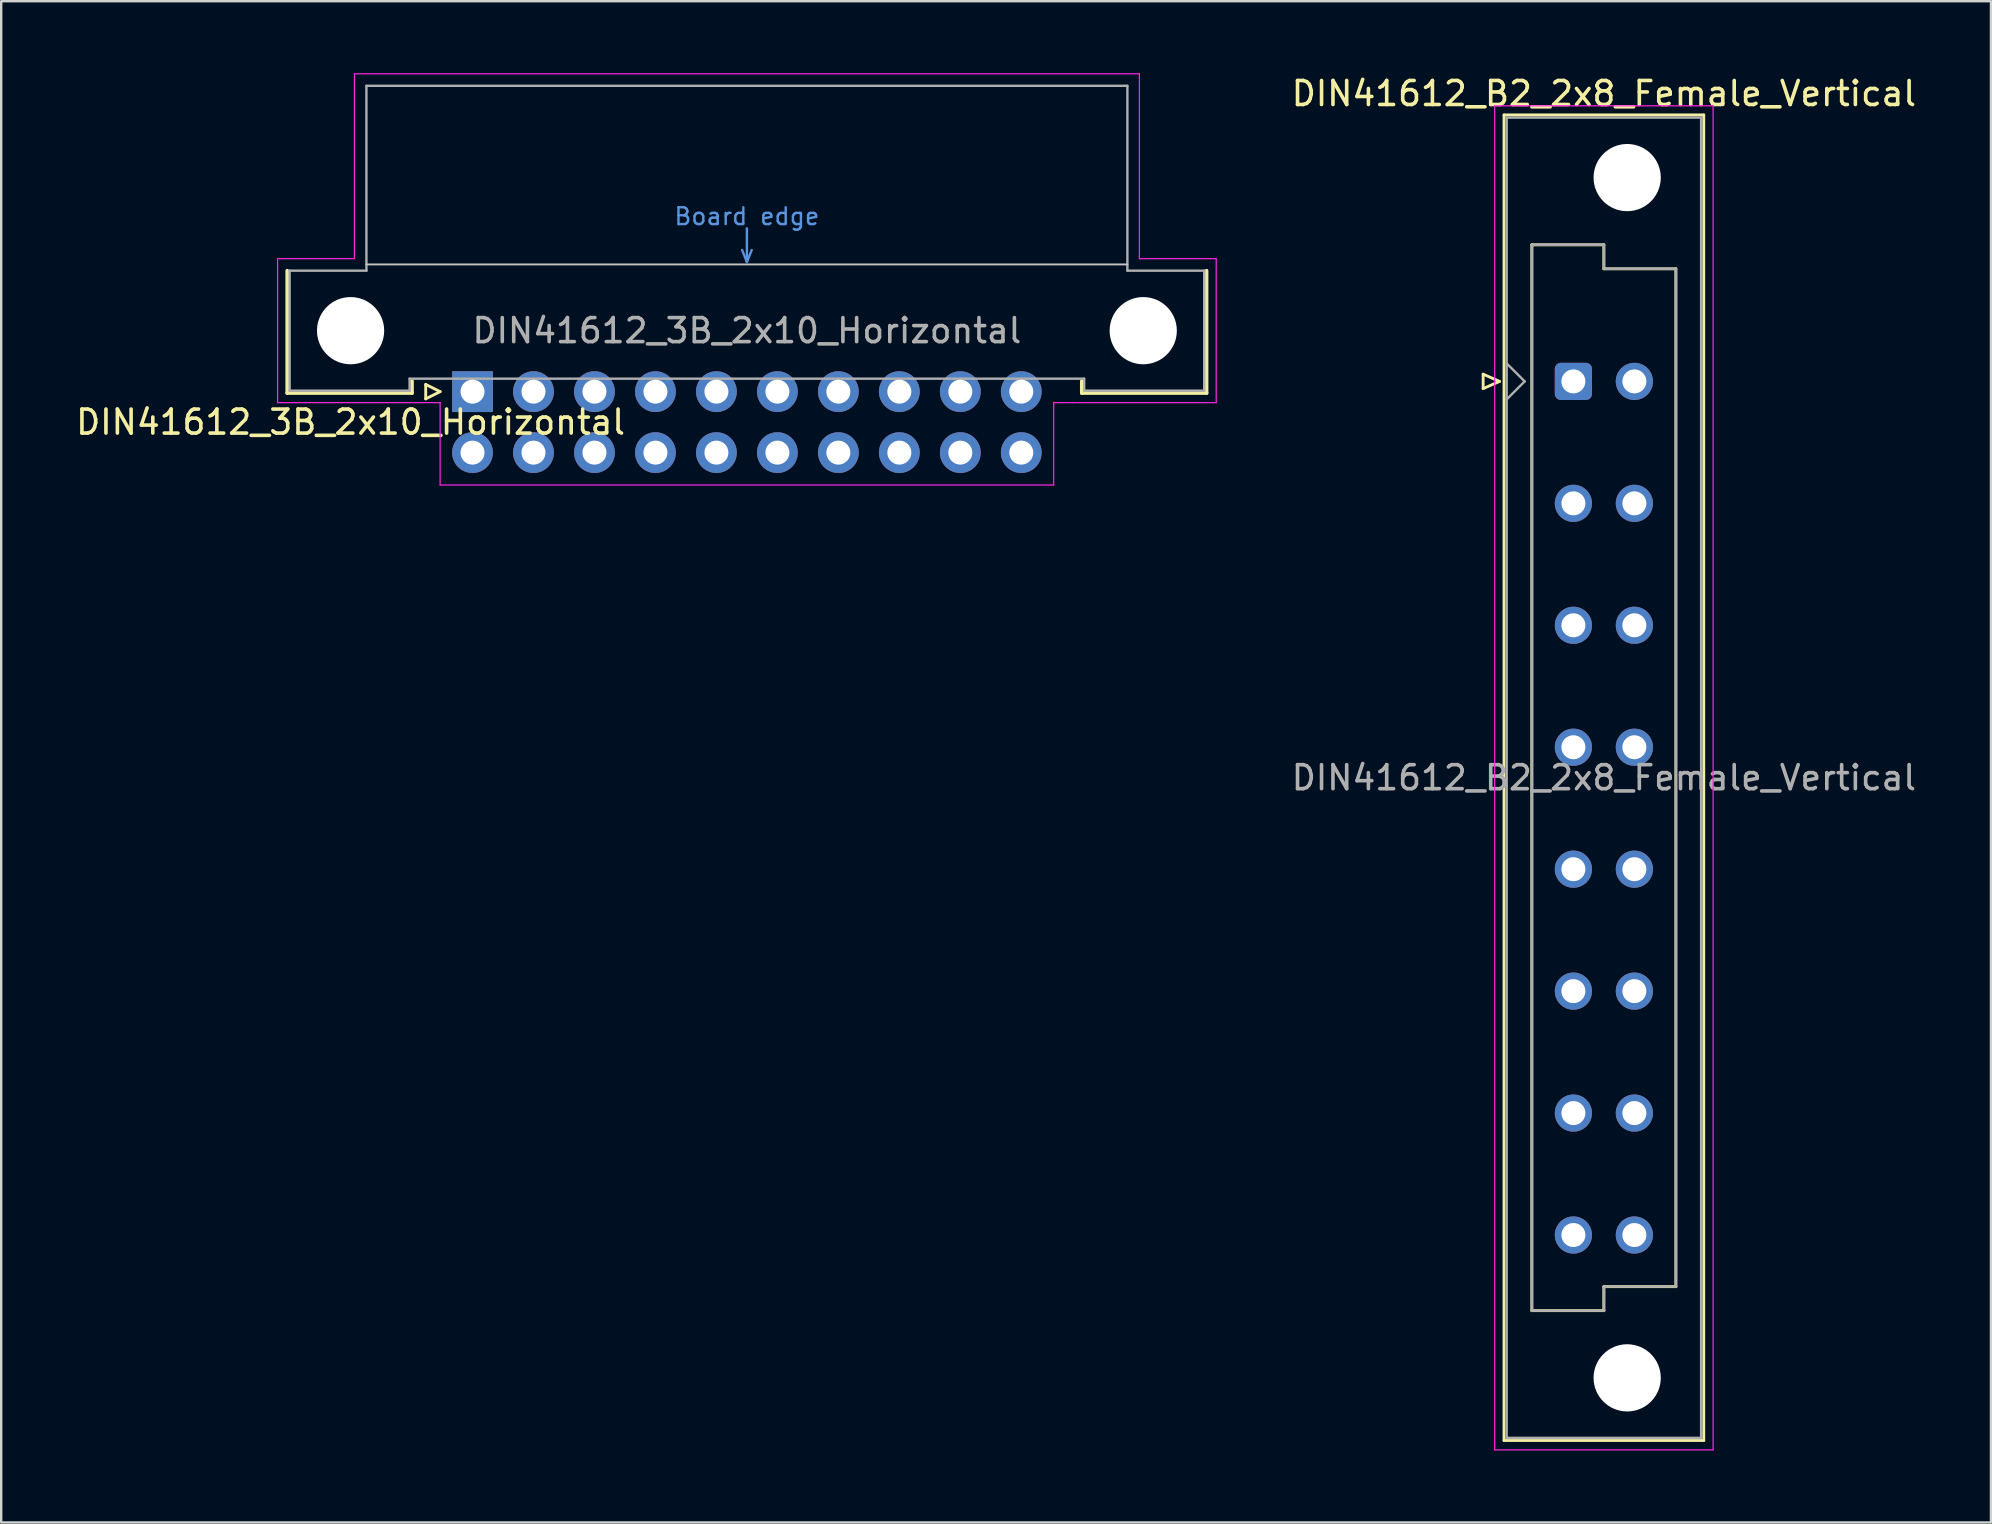
<source format=kicad_pcb>
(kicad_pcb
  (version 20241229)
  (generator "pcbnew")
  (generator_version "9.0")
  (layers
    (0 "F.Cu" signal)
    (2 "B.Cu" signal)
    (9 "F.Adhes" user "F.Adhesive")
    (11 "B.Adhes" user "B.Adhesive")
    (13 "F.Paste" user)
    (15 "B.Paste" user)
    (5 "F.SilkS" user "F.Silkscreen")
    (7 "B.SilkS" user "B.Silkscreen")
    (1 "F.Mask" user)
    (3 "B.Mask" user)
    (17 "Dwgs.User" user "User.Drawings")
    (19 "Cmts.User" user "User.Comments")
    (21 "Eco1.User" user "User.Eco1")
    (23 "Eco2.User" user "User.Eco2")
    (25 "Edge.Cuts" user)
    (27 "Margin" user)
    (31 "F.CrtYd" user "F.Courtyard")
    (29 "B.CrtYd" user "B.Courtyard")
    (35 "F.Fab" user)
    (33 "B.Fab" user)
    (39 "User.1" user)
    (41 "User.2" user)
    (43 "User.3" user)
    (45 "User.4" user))
  (footprint "DIN41612_B2_2x8_Female_Vertical"
    (layer "F.Cu")
    (at 62.494 10.298)
    (property "Reference" "DIN41612_B2_2x8_Female_Vertical" (at 1.27 -9.45 0) (layer "F.SilkS") (effects (font (size 1 1) (thickness 0.15))))
    (attr through_hole)
    (fp_line (start -3.76 2.24) (end -3.76 2.84) (stroke (width 0.12) (type solid)) (layer "F.SilkS"))
    (fp_line (start -3.76 2.84) (end -3.08 2.54) (stroke (width 0.12) (type solid)) (layer "F.SilkS"))
    (fp_line (start -3.08 2.54) (end -3.76 2.24) (stroke (width 0.12) (type solid)) (layer "F.SilkS"))
    (fp_line (start -2.89 -8.56) (end 5.43 -8.56) (stroke (width 0.12) (type solid)) (layer "F.SilkS"))
    (fp_line (start -2.89 46.66) (end -2.89 -8.56) (stroke (width 0.12) (type solid)) (layer "F.SilkS"))
    (fp_line (start -1.73 -3.15) (end 1.27 -3.15) (stroke (width 0.12) (type solid)) (layer "F.SilkS"))
    (fp_line (start -1.73 41.25) (end -1.73 -3.15) (stroke (width 0.12) (type solid)) (layer "F.SilkS"))
    (fp_line (start 1.27 -3.15) (end 1.27 -2.15) (stroke (width 0.12) (type solid)) (layer "F.SilkS"))
    (fp_line (start 1.27 -2.15) (end 4.27 -2.15) (stroke (width 0.12) (type solid)) (layer "F.SilkS"))
    (fp_line (start 1.27 40.25) (end 1.27 41.25) (stroke (width 0.12) (type solid)) (layer "F.SilkS"))
    (fp_line (start 1.27 41.25) (end -1.73 41.25) (stroke (width 0.12) (type solid)) (layer "F.SilkS"))
    (fp_line (start 4.27 -2.15) (end 4.27 40.25) (stroke (width 0.12) (type solid)) (layer "F.SilkS"))
    (fp_line (start 4.27 40.25) (end 1.27 40.25) (stroke (width 0.12) (type solid)) (layer "F.SilkS"))
    (fp_line (start 5.43 -8.56) (end 5.43 46.66) (stroke (width 0.12) (type solid)) (layer "F.SilkS"))
    (fp_line (start 5.43 46.66) (end -2.89 46.66) (stroke (width 0.12) (type solid)) (layer "F.SilkS"))
    (fp_line (start -3.28 -8.94) (end 5.82 -8.94) (stroke (width 0.05) (type solid)) (layer "F.CrtYd"))
    (fp_line (start -3.28 47.05) (end -3.28 -8.94) (stroke (width 0.05) (type solid)) (layer "F.CrtYd"))
    (fp_line (start 5.82 -8.94) (end 5.82 47.05) (stroke (width 0.05) (type solid)) (layer "F.CrtYd"))
    (fp_line (start 5.82 47.05) (end -3.28 47.05) (stroke (width 0.05) (type solid)) (layer "F.CrtYd"))
    (fp_line (start -2.78 -8.45) (end 5.32 -8.45) (stroke (width 0.1) (type solid)) (layer "F.Fab"))
    (fp_line (start -2.78 1.79) (end -2.03 2.54) (stroke (width 0.1) (type solid)) (layer "F.Fab"))
    (fp_line (start -2.78 46.55) (end -2.78 -8.45) (stroke (width 0.1) (type solid)) (layer "F.Fab"))
    (fp_line (start -2.03 2.54) (end -2.78 3.29) (stroke (width 0.1) (type solid)) (layer "F.Fab"))
    (fp_line (start -1.73 -3.15) (end 1.27 -3.15) (stroke (width 0.1) (type solid)) (layer "F.Fab"))
    (fp_line (start -1.73 41.25) (end -1.73 -3.15) (stroke (width 0.1) (type solid)) (layer "F.Fab"))
    (fp_line (start 1.27 -3.15) (end 1.27 -2.15) (stroke (width 0.1) (type solid)) (layer "F.Fab"))
    (fp_line (start 1.27 -2.15) (end 4.27 -2.15) (stroke (width 0.1) (type solid)) (layer "F.Fab"))
    (fp_line (start 1.27 40.25) (end 1.27 41.25) (stroke (width 0.1) (type solid)) (layer "F.Fab"))
    (fp_line (start 1.27 41.25) (end -1.73 41.25) (stroke (width 0.1) (type solid)) (layer "F.Fab"))
    (fp_line (start 4.27 -2.15) (end 4.27 40.25) (stroke (width 0.1) (type solid)) (layer "F.Fab"))
    (fp_line (start 4.27 40.25) (end 1.27 40.25) (stroke (width 0.1) (type solid)) (layer "F.Fab"))
    (fp_line (start 5.32 -8.45) (end 5.32 46.55) (stroke (width 0.1) (type solid)) (layer "F.Fab"))
    (fp_line (start 5.32 46.55) (end -2.78 46.55) (stroke (width 0.1) (type solid)) (layer "F.Fab"))
    (fp_text user "${REFERENCE}" (at 1.27 19.05 0) (layer "F.Fab") (effects (font (size 1 1) (thickness 0.15))))
    (pad "" np_thru_hole circle (at 2.24 -5.95) (size 2.8 2.8) (drill 2.8) (layers "*.Cu" "*.Mask"))
    (pad "" np_thru_hole circle (at 2.24 44.05) (size 2.8 2.8) (drill 2.8) (layers "*.Cu" "*.Mask"))
    (pad "a2" thru_hole roundrect (at 0 2.54) (size 1.55 1.55) (drill 1) (layers "*.Cu" "*.Mask") (roundrect_rratio 0.161))
    (pad "a4" thru_hole circle (at 0 7.62) (size 1.55 1.55) (drill 1) (layers "*.Cu" "*.Mask"))
    (pad "a6" thru_hole circle (at 0 12.7) (size 1.55 1.55) (drill 1) (layers "*.Cu" "*.Mask"))
    (pad "a8" thru_hole circle (at 0 17.78) (size 1.55 1.55) (drill 1) (layers "*.Cu" "*.Mask"))
    (pad "a10" thru_hole circle (at 0 22.86) (size 1.55 1.55) (drill 1) (layers "*.Cu" "*.Mask"))
    (pad "a12" thru_hole circle (at 0 27.94) (size 1.55 1.55) (drill 1) (layers "*.Cu" "*.Mask"))
    (pad "a14" thru_hole circle (at 0 33.02) (size 1.55 1.55) (drill 1) (layers "*.Cu" "*.Mask"))
    (pad "a16" thru_hole circle (at 0 38.1) (size 1.55 1.55) (drill 1) (layers "*.Cu" "*.Mask"))
    (pad "b2" thru_hole circle (at 2.54 2.54) (size 1.55 1.55) (drill 1) (layers "*.Cu" "*.Mask"))
    (pad "b4" thru_hole circle (at 2.54 7.62) (size 1.55 1.55) (drill 1) (layers "*.Cu" "*.Mask"))
    (pad "b6" thru_hole circle (at 2.54 12.7) (size 1.55 1.55) (drill 1) (layers "*.Cu" "*.Mask"))
    (pad "b8" thru_hole circle (at 2.54 17.78) (size 1.55 1.55) (drill 1) (layers "*.Cu" "*.Mask"))
    (pad "b10" thru_hole circle (at 2.54 22.86) (size 1.55 1.55) (drill 1) (layers "*.Cu" "*.Mask"))
    (pad "b12" thru_hole circle (at 2.54 27.94) (size 1.55 1.55) (drill 1) (layers "*.Cu" "*.Mask"))
    (pad "b14" thru_hole circle (at 2.54 33.02) (size 1.55 1.55) (drill 1) (layers "*.Cu" "*.Mask"))
    (pad "b16" thru_hole circle (at 2.54 38.1) (size 1.55 1.55) (drill 1) (layers "*.Cu" "*.Mask")))
  (footprint "DIN41612_3B_2x10_Horizontal"
    (layer "F.Cu")
    (at 16.634 13.265)
    (property "Reference" "DIN41612_3B_2x10_Horizontal" (at -5.08 1.27 0) (layer "F.SilkS") (effects (font (size 1 1) (thickness 0.15))))
    (attr through_hole)
    (fp_line (start -7.72 0.06) (end -7.72 -5.04) (stroke (width 0.15) (type solid)) (layer "F.SilkS"))
    (fp_line (start -2.52 -0.44) (end -2.52 0.06) (stroke (width 0.15) (type solid)) (layer "F.SilkS"))
    (fp_line (start -2.52 0.06) (end -7.72 0.06) (stroke (width 0.15) (type solid)) (layer "F.SilkS"))
    (fp_line (start -1.95 -0.3) (end -1.95 0.3) (stroke (width 0.12) (type solid)) (layer "F.SilkS"))
    (fp_line (start -1.95 0.3) (end -1.35 0) (stroke (width 0.12) (type solid)) (layer "F.SilkS"))
    (fp_line (start -1.35 0) (end -1.95 -0.3) (stroke (width 0.12) (type solid)) (layer "F.SilkS"))
    (fp_line (start 25.38 -0.44) (end 25.38 0.06) (stroke (width 0.15) (type solid)) (layer "F.SilkS"))
    (fp_line (start 25.38 0.06) (end 30.58 0.06) (stroke (width 0.15) (type solid)) (layer "F.SilkS"))
    (fp_line (start 30.58 0.06) (end 30.58 -5.04) (stroke (width 0.15) (type solid)) (layer "F.SilkS"))
    (fp_line (start -4.42 -5.3) (end 27.28 -5.3) (stroke (width 0.08) (type solid)) (layer "Dwgs.User"))
    (fp_line (start 11.23 -5.9) (end 11.43 -5.4) (stroke (width 0.1) (type solid)) (layer "Cmts.User"))
    (fp_line (start 11.43 -6.8) (end 11.43 -5.4) (stroke (width 0.1) (type solid)) (layer "Cmts.User"))
    (fp_line (start 11.43 -5.4) (end 11.63 -5.9) (stroke (width 0.1) (type solid)) (layer "Cmts.User"))
    (fp_line (start -8.12 -5.54) (end -4.92 -5.54) (stroke (width 0.05) (type solid)) (layer "F.CrtYd"))
    (fp_line (start -8.12 0.46) (end -8.12 -5.54) (stroke (width 0.05) (type solid)) (layer "F.CrtYd"))
    (fp_line (start -4.92 -13.24) (end 27.78 -13.24) (stroke (width 0.05) (type solid)) (layer "F.CrtYd"))
    (fp_line (start -4.92 -5.54) (end -4.92 -13.24) (stroke (width 0.05) (type solid)) (layer "F.CrtYd"))
    (fp_line (start -1.35 0.46) (end -8.12 0.46) (stroke (width 0.05) (type solid)) (layer "F.CrtYd"))
    (fp_line (start -1.35 3.89) (end -1.35 0.46) (stroke (width 0.05) (type solid)) (layer "F.CrtYd"))
    (fp_line (start 24.21 0.46) (end 24.21 3.89) (stroke (width 0.05) (type solid)) (layer "F.CrtYd"))
    (fp_line (start 24.21 3.89) (end -1.35 3.89) (stroke (width 0.05) (type solid)) (layer "F.CrtYd"))
    (fp_line (start 24.98 0.46) (end 24.21 0.46) (stroke (width 0.05) (type solid)) (layer "F.CrtYd"))
    (fp_line (start 27.78 -13.24) (end 27.78 -5.54) (stroke (width 0.05) (type solid)) (layer "F.CrtYd"))
    (fp_line (start 27.78 -5.54) (end 30.98 -5.54) (stroke (width 0.05) (type solid)) (layer "F.CrtYd"))
    (fp_line (start 30.98 -5.54) (end 30.98 0.46) (stroke (width 0.05) (type solid)) (layer "F.CrtYd"))
    (fp_line (start 30.98 0.46) (end 24.98 0.46) (stroke (width 0.05) (type solid)) (layer "F.CrtYd"))
    (fp_line (start -7.62 -5.04) (end -4.42 -5.04) (stroke (width 0.1) (type solid)) (layer "F.Fab"))
    (fp_line (start -7.62 -0.04) (end -7.62 -5.04) (stroke (width 0.1) (type solid)) (layer "F.Fab"))
    (fp_line (start -4.42 -12.74) (end 27.28 -12.74) (stroke (width 0.1) (type solid)) (layer "F.Fab"))
    (fp_line (start -4.42 -5.04) (end -4.42 -12.74) (stroke (width 0.1) (type solid)) (layer "F.Fab"))
    (fp_line (start -2.62 -0.54) (end -2.62 -0.04) (stroke (width 0.1) (type solid)) (layer "F.Fab"))
    (fp_line (start -2.62 -0.04) (end -7.62 -0.04) (stroke (width 0.1) (type solid)) (layer "F.Fab"))
    (fp_line (start 25.48 -0.54) (end -2.62 -0.54) (stroke (width 0.1) (type solid)) (layer "F.Fab"))
    (fp_line (start 25.48 -0.04) (end 25.48 -0.54) (stroke (width 0.1) (type solid)) (layer "F.Fab"))
    (fp_line (start 27.28 -12.74) (end 27.28 -5.04) (stroke (width 0.1) (type solid)) (layer "F.Fab"))
    (fp_line (start 27.28 -5.04) (end 30.48 -5.04) (stroke (width 0.1) (type solid)) (layer "F.Fab"))
    (fp_line (start 30.48 -5.04) (end 30.48 -0.04) (stroke (width 0.1) (type solid)) (layer "F.Fab"))
    (fp_line (start 30.48 -0.04) (end 25.48 -0.04) (stroke (width 0.1) (type solid)) (layer "F.Fab"))
    (fp_text user "Board edge" (at 11.43 -7.3 0) (layer "Cmts.User") (effects (font (size 0.7 0.7) (thickness 0.1))))
    (fp_text user "${REFERENCE}" (at 11.43 -2.54 0) (layer "F.Fab") (effects (font (size 1 1) (thickness 0.15))))
    (pad "" np_thru_hole circle (at -5.08 -2.54) (size 2.8 2.8) (drill 2.8) (layers "*.Cu" "*.Mask"))
    (pad "" np_thru_hole circle (at 27.94 -2.54) (size 2.8 2.8) (drill 2.8) (layers "*.Cu" "*.Mask"))
    (pad "A1" thru_hole rect (at 0 0) (size 1.7 1.7) (drill 1) (layers "*.Cu" "*.Mask"))
    (pad "A2" thru_hole circle (at 2.54 0) (size 1.7 1.7) (drill 1) (layers "*.Cu" "*.Mask"))
    (pad "A3" thru_hole circle (at 5.08 0) (size 1.7 1.7) (drill 1) (layers "*.Cu" "*.Mask"))
    (pad "A4" thru_hole circle (at 7.62 0) (size 1.7 1.7) (drill 1) (layers "*.Cu" "*.Mask"))
    (pad "A5" thru_hole circle (at 10.16 0) (size 1.7 1.7) (drill 1) (layers "*.Cu" "*.Mask"))
    (pad "A6" thru_hole circle (at 12.7 0) (size 1.7 1.7) (drill 1) (layers "*.Cu" "*.Mask"))
    (pad "A7" thru_hole circle (at 15.24 0) (size 1.7 1.7) (drill 1) (layers "*.Cu" "*.Mask"))
    (pad "A8" thru_hole circle (at 17.78 0) (size 1.7 1.7) (drill 1) (layers "*.Cu" "*.Mask"))
    (pad "A9" thru_hole circle (at 20.32 0) (size 1.7 1.7) (drill 1) (layers "*.Cu" "*.Mask"))
    (pad "A10" thru_hole circle (at 22.86 0) (size 1.7 1.7) (drill 1) (layers "*.Cu" "*.Mask"))
    (pad "B1" thru_hole circle (at 0 2.54) (size 1.7 1.7) (drill 1) (layers "*.Cu" "*.Mask"))
    (pad "B2" thru_hole circle (at 2.54 2.54) (size 1.7 1.7) (drill 1) (layers "*.Cu" "*.Mask"))
    (pad "B3" thru_hole circle (at 5.08 2.54) (size 1.7 1.7) (drill 1) (layers "*.Cu" "*.Mask"))
    (pad "B4" thru_hole circle (at 7.62 2.54) (size 1.7 1.7) (drill 1) (layers "*.Cu" "*.Mask"))
    (pad "B5" thru_hole circle (at 10.16 2.54) (size 1.7 1.7) (drill 1) (layers "*.Cu" "*.Mask"))
    (pad "B6" thru_hole circle (at 12.7 2.54) (size 1.7 1.7) (drill 1) (layers "*.Cu" "*.Mask"))
    (pad "B7" thru_hole circle (at 15.24 2.54) (size 1.7 1.7) (drill 1) (layers "*.Cu" "*.Mask"))
    (pad "B8" thru_hole circle (at 17.78 2.54) (size 1.7 1.7) (drill 1) (layers "*.Cu" "*.Mask"))
    (pad "B9" thru_hole circle (at 20.32 2.54) (size 1.7 1.7) (drill 1) (layers "*.Cu" "*.Mask"))
    (pad "B10" thru_hole circle (at 22.86 2.54) (size 1.7 1.7) (drill 1) (layers "*.Cu" "*.Mask")))
  (gr_rect
    (start -3 -3)
    (end 79.889 60.373)
    (stroke (width 0.1) (type default))
    (fill no)
    (layer "Edge.Cuts")))
</source>
